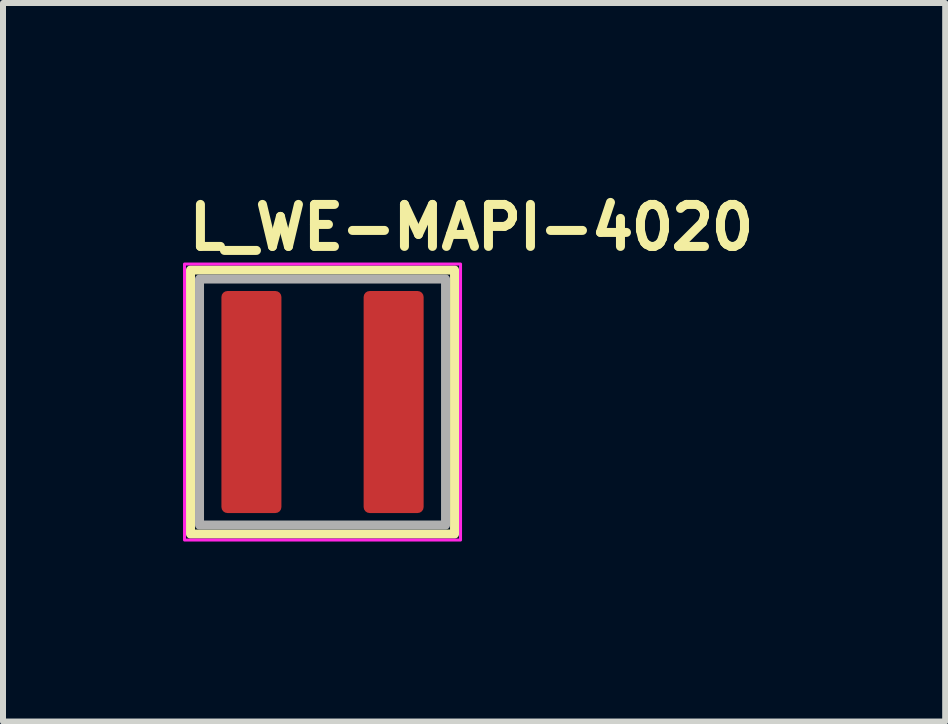
<source format=kicad_pcb>
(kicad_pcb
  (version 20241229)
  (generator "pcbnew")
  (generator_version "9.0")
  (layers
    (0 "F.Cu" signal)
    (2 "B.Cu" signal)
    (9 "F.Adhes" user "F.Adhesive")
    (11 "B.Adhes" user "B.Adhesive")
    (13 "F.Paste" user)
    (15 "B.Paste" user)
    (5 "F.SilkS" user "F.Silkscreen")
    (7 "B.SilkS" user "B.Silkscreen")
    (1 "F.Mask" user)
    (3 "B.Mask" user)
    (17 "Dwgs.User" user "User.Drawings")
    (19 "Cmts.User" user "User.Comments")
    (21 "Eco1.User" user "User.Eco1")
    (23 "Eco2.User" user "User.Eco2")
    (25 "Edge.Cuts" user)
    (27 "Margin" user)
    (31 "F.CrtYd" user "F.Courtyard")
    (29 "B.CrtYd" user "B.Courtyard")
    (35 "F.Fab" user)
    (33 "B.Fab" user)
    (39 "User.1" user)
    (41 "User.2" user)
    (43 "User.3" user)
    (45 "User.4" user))
  (footprint "L_WE-MAPI-4020"
    (layer "F.Cu")
    (at 2.325 3.65)
    (property "Reference" "L_WE-MAPI-4020" (at -2.3 -2.5 180) (layer "F.SilkS") (effects (font (size 0.7 0.7) (thickness 0.15)) (justify left bottom)))
    (attr smd)
    (fp_rect (start -2.2 -2.2) (end 2.2 2.2) (stroke (width 0.15) (type solid)) (fill no) (layer "F.SilkS"))
    (fp_rect (start -2.3 -2.3) (end 2.3 2.3) (stroke (width 0.05) (type solid)) (fill no) (layer "F.CrtYd"))
    (fp_rect (start -2.05 -2.05) (end 2.05 2.05) (stroke (width 0.15) (type solid)) (fill no) (layer "F.Fab"))
    (fp_rect (start -2.05 -2.05) (end 2.05 2.05) (stroke (width 0.1) (type solid)) (fill no) (layer "User.5"))
    (fp_line (start -2.05 -2.05) (end 2.05 -2.05) (stroke (width 0.02) (type solid)) (layer "User.9"))
    (fp_line (start -2.05 2.05) (end -2.05 -2.05) (stroke (width 0.02) (type solid)) (layer "User.9"))
    (fp_line (start 2.05 -2.05) (end 2.05 2.05) (stroke (width 0.02) (type solid)) (layer "User.9"))
    (fp_line (start 2.05 2.05) (end -2.05 2.05) (stroke (width 0.02) (type solid)) (layer "User.9"))
    (pad "1" smd roundrect (at -1.185 0 90) (size 3.7 1) (layers "F.Cu" "F.Mask" "F.Paste") (roundrect_rratio 0.1))
    (pad "2" smd roundrect (at 1.185 0 90) (size 3.7 1) (layers "F.Cu" "F.Mask" "F.Paste") (roundrect_rratio 0.1)))
  (gr_rect
    (start -3 -3)
    (end 12.702 8.975)
    (stroke (width 0.1) (type default))
    (fill no)
    (layer "Edge.Cuts")))
</source>
